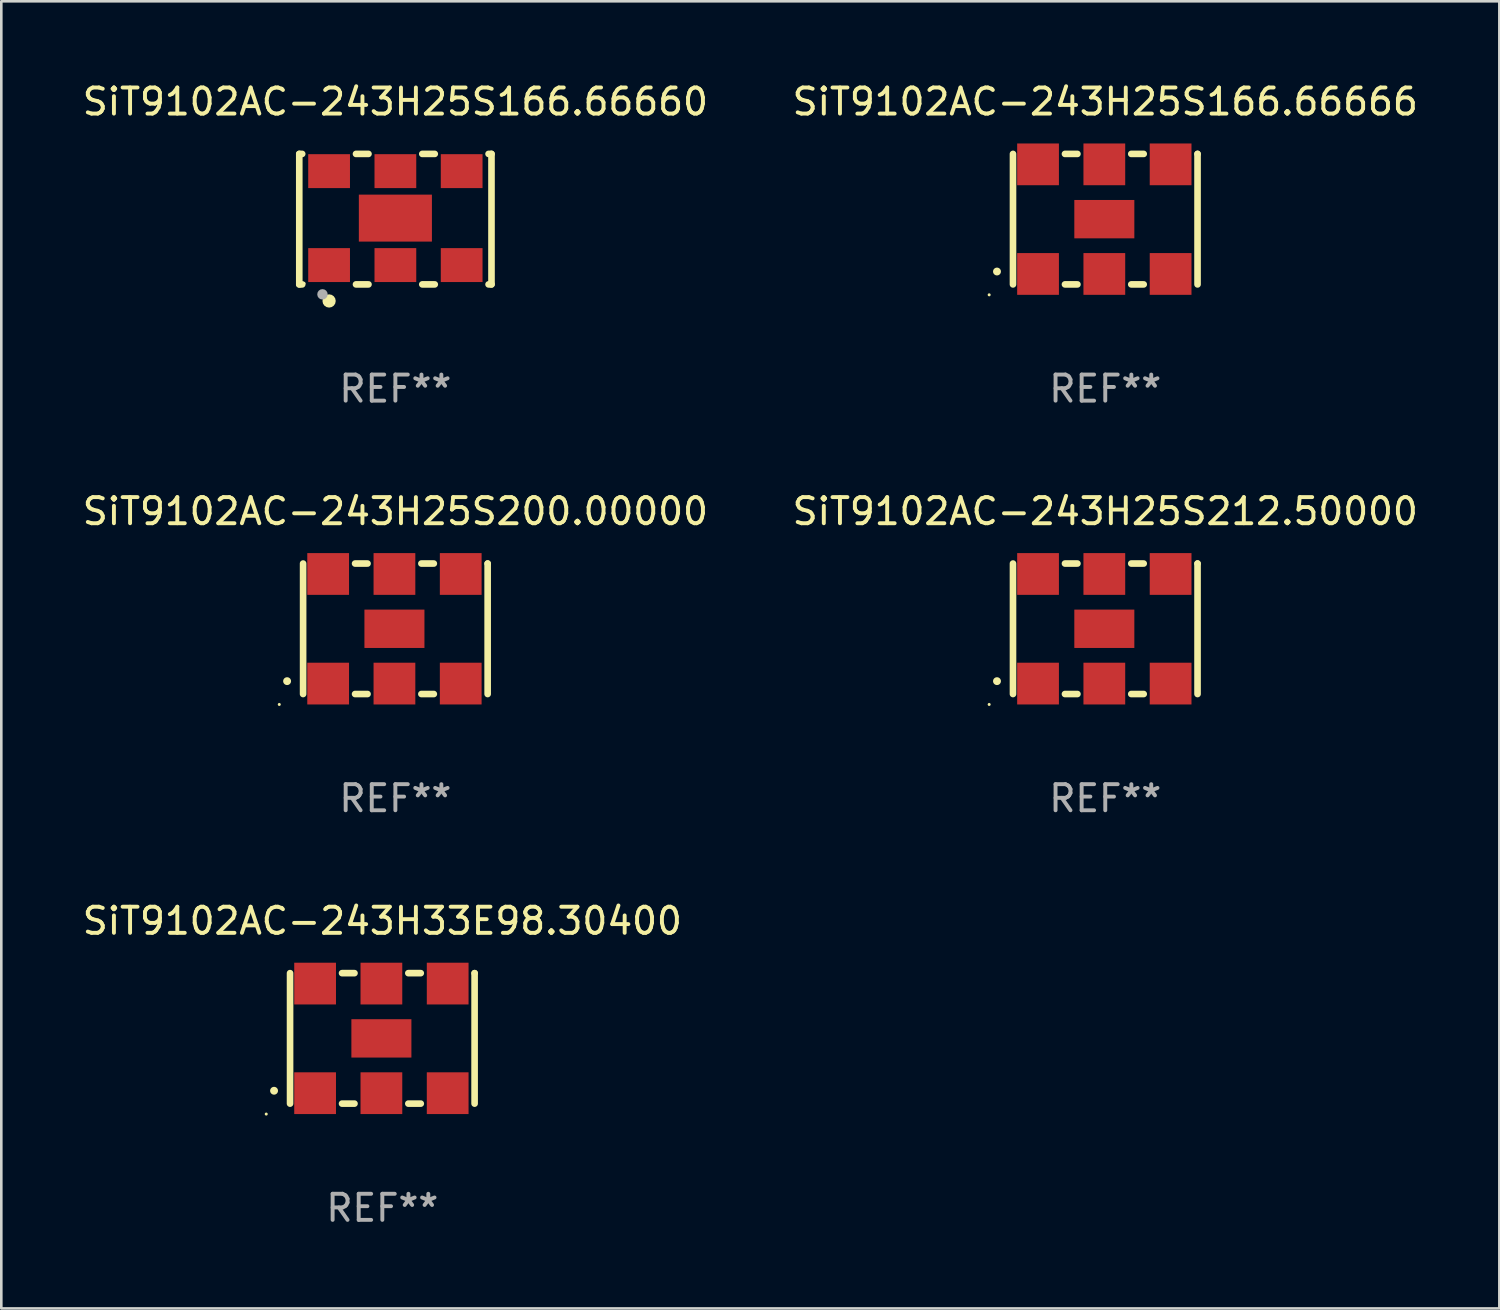
<source format=kicad_pcb>
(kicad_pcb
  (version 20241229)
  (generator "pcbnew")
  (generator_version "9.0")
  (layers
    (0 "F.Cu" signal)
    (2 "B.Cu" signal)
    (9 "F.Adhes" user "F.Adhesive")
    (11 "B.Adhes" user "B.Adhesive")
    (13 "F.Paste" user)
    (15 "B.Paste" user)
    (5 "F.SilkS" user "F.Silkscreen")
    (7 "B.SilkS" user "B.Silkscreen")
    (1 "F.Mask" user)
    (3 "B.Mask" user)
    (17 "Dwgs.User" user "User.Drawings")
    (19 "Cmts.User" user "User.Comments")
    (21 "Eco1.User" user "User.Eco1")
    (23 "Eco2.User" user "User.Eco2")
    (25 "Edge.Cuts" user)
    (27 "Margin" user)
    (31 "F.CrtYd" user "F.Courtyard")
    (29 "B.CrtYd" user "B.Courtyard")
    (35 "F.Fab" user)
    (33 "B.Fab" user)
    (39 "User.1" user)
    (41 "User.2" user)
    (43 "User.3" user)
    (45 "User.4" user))
  (footprint "SiT9102AC-243H33E98.30400"
    (layer "F.Cu")
    (at 11.601 36.741)
    (property "Reference" "SiT9102AC-243H33E98.30400" (at 0 -4.5 0) (layer "F.SilkS") (effects (font (size 1 1) (thickness 0.15))))
    (attr through_hole)
    (fp_line (start -3.536 -2.5) (end -3.536 2.5) (stroke (width 0.254) (type solid)) (layer "F.SilkS"))
    (fp_line (start -1.544 2.5) (end -1.067 2.5) (stroke (width 0.254) (type solid)) (layer "F.SilkS"))
    (fp_line (start -1.067 -2.5) (end -1.544 -2.5) (stroke (width 0.254) (type solid)) (layer "F.SilkS"))
    (fp_line (start 0.996 2.5) (end 1.473 2.5) (stroke (width 0.254) (type solid)) (layer "F.SilkS"))
    (fp_line (start 1.473 -2.5) (end 0.996 -2.5) (stroke (width 0.254) (type solid)) (layer "F.SilkS"))
    (fp_line (start 3.536 -2.5) (end 3.536 -2.5) (stroke (width 0.254) (type solid)) (layer "F.SilkS"))
    (fp_line (start 3.536 2.5) (end 3.536 -2.5) (stroke (width 0.254) (type solid)) (layer "F.SilkS"))
    (fp_arc (start -4.150432 2.006604) (mid -4.149162 2.006599) (end -4.147892 2.006604) (stroke (width 0.3) (type solid)) (layer "F.SilkS"))
    (fp_circle (center -4.449 2.9) (end -4.419 2.9) (stroke (width 0.06) (type solid)) (fill no) (layer "F.SilkS"))
    (fp_text user "REF**" (at 0 6.5 0) (layer "F.Fab") (effects (font (size 1 1) (thickness 0.15))))
    (pad "1" smd rect (at -2.576 2.1) (size 1.6 1.6) (layers "F.Cu" "F.Mask" "F.Paste"))
    (pad "2" smd rect (at -0.036 2.1) (size 1.6 1.6) (layers "F.Cu" "F.Mask" "F.Paste"))
    (pad "3" smd rect (at 2.504 2.1) (size 1.6 1.6) (layers "F.Cu" "F.Mask" "F.Paste"))
    (pad "4" smd rect (at 2.504 -2.1) (size 1.6 1.6) (layers "F.Cu" "F.Mask" "F.Paste"))
    (pad "5" smd rect (at -0.036 -2.1) (size 1.6 1.6) (layers "F.Cu" "F.Mask" "F.Paste"))
    (pad "6" smd rect (at -2.576 -2.1) (size 1.6 1.6) (layers "F.Cu" "F.Mask" "F.Paste"))
    (pad "7" smd rect (at -0.036 0) (size 2.3 1.47) (layers "F.Cu" "F.Mask" "F.Paste")))
  (footprint "SiT9102AC-243H25S212.50000"
    (layer "F.Cu")
    (at 39.304 21.045)
    (property "Reference" "SiT9102AC-243H25S212.50000" (at 0 -4.5 0) (layer "F.SilkS") (effects (font (size 1 1) (thickness 0.15))))
    (attr through_hole)
    (fp_line (start -3.536 -2.5) (end -3.536 2.5) (stroke (width 0.254) (type solid)) (layer "F.SilkS"))
    (fp_line (start -1.544 2.5) (end -1.067 2.5) (stroke (width 0.254) (type solid)) (layer "F.SilkS"))
    (fp_line (start -1.067 -2.5) (end -1.544 -2.5) (stroke (width 0.254) (type solid)) (layer "F.SilkS"))
    (fp_line (start 0.996 2.5) (end 1.473 2.5) (stroke (width 0.254) (type solid)) (layer "F.SilkS"))
    (fp_line (start 1.473 -2.5) (end 0.996 -2.5) (stroke (width 0.254) (type solid)) (layer "F.SilkS"))
    (fp_line (start 3.536 -2.5) (end 3.536 -2.5) (stroke (width 0.254) (type solid)) (layer "F.SilkS"))
    (fp_line (start 3.536 2.5) (end 3.536 -2.5) (stroke (width 0.254) (type solid)) (layer "F.SilkS"))
    (fp_arc (start -4.150432 2.006604) (mid -4.149162 2.006599) (end -4.147892 2.006604) (stroke (width 0.3) (type solid)) (layer "F.SilkS"))
    (fp_circle (center -4.449 2.9) (end -4.419 2.9) (stroke (width 0.06) (type solid)) (fill no) (layer "F.SilkS"))
    (fp_text user "REF**" (at 0 6.5 0) (layer "F.Fab") (effects (font (size 1 1) (thickness 0.15))))
    (pad "1" smd rect (at -2.576 2.1) (size 1.6 1.6) (layers "F.Cu" "F.Mask" "F.Paste"))
    (pad "2" smd rect (at -0.036 2.1) (size 1.6 1.6) (layers "F.Cu" "F.Mask" "F.Paste"))
    (pad "3" smd rect (at 2.504 2.1) (size 1.6 1.6) (layers "F.Cu" "F.Mask" "F.Paste"))
    (pad "4" smd rect (at 2.504 -2.1) (size 1.6 1.6) (layers "F.Cu" "F.Mask" "F.Paste"))
    (pad "5" smd rect (at -0.036 -2.1) (size 1.6 1.6) (layers "F.Cu" "F.Mask" "F.Paste"))
    (pad "6" smd rect (at -2.576 -2.1) (size 1.6 1.6) (layers "F.Cu" "F.Mask" "F.Paste"))
    (pad "7" smd rect (at -0.036 0) (size 2.3 1.47) (layers "F.Cu" "F.Mask" "F.Paste")))
  (footprint "SiT9102AC-243H25S166.66660"
    (layer "F.Cu")
    (at 12.101 5.348)
    (property "Reference" "SiT9102AC-243H25S166.66660" (at 0 -4.5 0) (layer "F.SilkS") (effects (font (size 1 1) (thickness 0.15))))
    (attr through_hole)
    (fp_line (start -3.683 -2.5) (end -3.571 -2.5) (stroke (width 0.254) (type solid)) (layer "F.SilkS"))
    (fp_line (start -3.683 2.5) (end -3.683 -2.5) (stroke (width 0.254) (type solid)) (layer "F.SilkS"))
    (fp_line (start -3.683 2.5) (end -3.571 2.5) (stroke (width 0.254) (type solid)) (layer "F.SilkS"))
    (fp_line (start -1.509 -2.5) (end -1.031 -2.5) (stroke (width 0.254) (type solid)) (layer "F.SilkS"))
    (fp_line (start -1.509 2.5) (end -1.031 2.5) (stroke (width 0.254) (type solid)) (layer "F.SilkS"))
    (fp_line (start 1.031 -2.5) (end 1.509 -2.5) (stroke (width 0.254) (type solid)) (layer "F.SilkS"))
    (fp_line (start 1.031 2.5) (end 1.509 2.5) (stroke (width 0.254) (type solid)) (layer "F.SilkS"))
    (fp_line (start 3.571 -2.5) (end 3.683 -2.5) (stroke (width 0.254) (type solid)) (layer "F.SilkS"))
    (fp_line (start 3.571 2.5) (end 3.683 2.5) (stroke (width 0.254) (type solid)) (layer "F.SilkS"))
    (fp_line (start 3.683 2.5) (end 3.683 -2.5) (stroke (width 0.254) (type solid)) (layer "F.SilkS"))
    (fp_circle (center -3.5 2.46) (end -3.47 2.46) (stroke (width 0.06) (type solid)) (fill no) (layer "F.SilkS"))
    (fp_circle (center -2.54 3.135) (end -2.413 3.135) (stroke (width 0.254) (type solid)) (fill no) (layer "F.SilkS"))
    (fp_circle (center -2.794 2.881) (end -2.694 2.881) (stroke (width 0.2) (type solid)) (fill no) (layer "F.Fab"))
    (fp_text user "REF**" (at 0 6.5 0) (layer "F.Fab") (effects (font (size 1 1) (thickness 0.15))))
    (pad "1" smd rect (at -2.54 1.76) (size 1.6 1.3) (layers "F.Cu" "F.Mask" "F.Paste"))
    (pad "2" smd rect (at 0 1.76) (size 1.6 1.3) (layers "F.Cu" "F.Mask" "F.Paste"))
    (pad "3" smd rect (at 2.54 1.76) (size 1.6 1.3) (layers "F.Cu" "F.Mask" "F.Paste"))
    (pad "4" smd rect (at 2.54 -1.84) (size 1.6 1.3) (layers "F.Cu" "F.Mask" "F.Paste"))
    (pad "5" smd rect (at 0 -1.84) (size 1.6 1.3) (layers "F.Cu" "F.Mask" "F.Paste"))
    (pad "6" smd rect (at -2.54 -1.84) (size 1.6 1.3) (layers "F.Cu" "F.Mask" "F.Paste"))
    (pad "7" smd rect (at 0 -0.04) (size 2.8 1.8) (layers "F.Cu" "F.Mask" "F.Paste")))
  (footprint "SiT9102AC-243H25S200.00000"
    (layer "F.Cu")
    (at 12.101 21.045)
    (property "Reference" "SiT9102AC-243H25S200.00000" (at 0 -4.5 0) (layer "F.SilkS") (effects (font (size 1 1) (thickness 0.15))))
    (attr through_hole)
    (fp_line (start -3.536 -2.5) (end -3.536 2.5) (stroke (width 0.254) (type solid)) (layer "F.SilkS"))
    (fp_line (start -1.544 2.5) (end -1.067 2.5) (stroke (width 0.254) (type solid)) (layer "F.SilkS"))
    (fp_line (start -1.067 -2.5) (end -1.544 -2.5) (stroke (width 0.254) (type solid)) (layer "F.SilkS"))
    (fp_line (start 0.996 2.5) (end 1.473 2.5) (stroke (width 0.254) (type solid)) (layer "F.SilkS"))
    (fp_line (start 1.473 -2.5) (end 0.996 -2.5) (stroke (width 0.254) (type solid)) (layer "F.SilkS"))
    (fp_line (start 3.536 -2.5) (end 3.536 -2.5) (stroke (width 0.254) (type solid)) (layer "F.SilkS"))
    (fp_line (start 3.536 2.5) (end 3.536 -2.5) (stroke (width 0.254) (type solid)) (layer "F.SilkS"))
    (fp_arc (start -4.150432 2.006604) (mid -4.149162 2.006599) (end -4.147892 2.006604) (stroke (width 0.3) (type solid)) (layer "F.SilkS"))
    (fp_circle (center -4.449 2.9) (end -4.419 2.9) (stroke (width 0.06) (type solid)) (fill no) (layer "F.SilkS"))
    (fp_text user "REF**" (at 0 6.5 0) (layer "F.Fab") (effects (font (size 1 1) (thickness 0.15))))
    (pad "1" smd rect (at -2.576 2.1) (size 1.6 1.6) (layers "F.Cu" "F.Mask" "F.Paste"))
    (pad "2" smd rect (at -0.036 2.1) (size 1.6 1.6) (layers "F.Cu" "F.Mask" "F.Paste"))
    (pad "3" smd rect (at 2.504 2.1) (size 1.6 1.6) (layers "F.Cu" "F.Mask" "F.Paste"))
    (pad "4" smd rect (at 2.504 -2.1) (size 1.6 1.6) (layers "F.Cu" "F.Mask" "F.Paste"))
    (pad "5" smd rect (at -0.036 -2.1) (size 1.6 1.6) (layers "F.Cu" "F.Mask" "F.Paste"))
    (pad "6" smd rect (at -2.576 -2.1) (size 1.6 1.6) (layers "F.Cu" "F.Mask" "F.Paste"))
    (pad "7" smd rect (at -0.036 0) (size 2.3 1.47) (layers "F.Cu" "F.Mask" "F.Paste")))
  (footprint "SiT9102AC-243H25S166.66666"
    (layer "F.Cu")
    (at 39.304 5.348)
    (property "Reference" "SiT9102AC-243H25S166.66666" (at 0 -4.5 0) (layer "F.SilkS") (effects (font (size 1 1) (thickness 0.15))))
    (attr through_hole)
    (fp_line (start -3.536 -2.5) (end -3.536 2.5) (stroke (width 0.254) (type solid)) (layer "F.SilkS"))
    (fp_line (start -1.544 2.5) (end -1.067 2.5) (stroke (width 0.254) (type solid)) (layer "F.SilkS"))
    (fp_line (start -1.067 -2.5) (end -1.544 -2.5) (stroke (width 0.254) (type solid)) (layer "F.SilkS"))
    (fp_line (start 0.996 2.5) (end 1.473 2.5) (stroke (width 0.254) (type solid)) (layer "F.SilkS"))
    (fp_line (start 1.473 -2.5) (end 0.996 -2.5) (stroke (width 0.254) (type solid)) (layer "F.SilkS"))
    (fp_line (start 3.536 -2.5) (end 3.536 -2.5) (stroke (width 0.254) (type solid)) (layer "F.SilkS"))
    (fp_line (start 3.536 2.5) (end 3.536 -2.5) (stroke (width 0.254) (type solid)) (layer "F.SilkS"))
    (fp_arc (start -4.150432 2.006604) (mid -4.149162 2.006599) (end -4.147892 2.006604) (stroke (width 0.3) (type solid)) (layer "F.SilkS"))
    (fp_circle (center -4.449 2.9) (end -4.419 2.9) (stroke (width 0.06) (type solid)) (fill no) (layer "F.SilkS"))
    (fp_text user "REF**" (at 0 6.5 0) (layer "F.Fab") (effects (font (size 1 1) (thickness 0.15))))
    (pad "1" smd rect (at -2.576 2.1) (size 1.6 1.6) (layers "F.Cu" "F.Mask" "F.Paste"))
    (pad "2" smd rect (at -0.036 2.1) (size 1.6 1.6) (layers "F.Cu" "F.Mask" "F.Paste"))
    (pad "3" smd rect (at 2.504 2.1) (size 1.6 1.6) (layers "F.Cu" "F.Mask" "F.Paste"))
    (pad "4" smd rect (at 2.504 -2.1) (size 1.6 1.6) (layers "F.Cu" "F.Mask" "F.Paste"))
    (pad "5" smd rect (at -0.036 -2.1) (size 1.6 1.6) (layers "F.Cu" "F.Mask" "F.Paste"))
    (pad "6" smd rect (at -2.576 -2.1) (size 1.6 1.6) (layers "F.Cu" "F.Mask" "F.Paste"))
    (pad "7" smd rect (at -0.036 0) (size 2.3 1.47) (layers "F.Cu" "F.Mask" "F.Paste")))
  (gr_rect
    (start -3 -3)
    (end 54.405 47.09)
    (stroke (width 0.1) (type default))
    (fill no)
    (layer "Edge.Cuts")))
</source>
